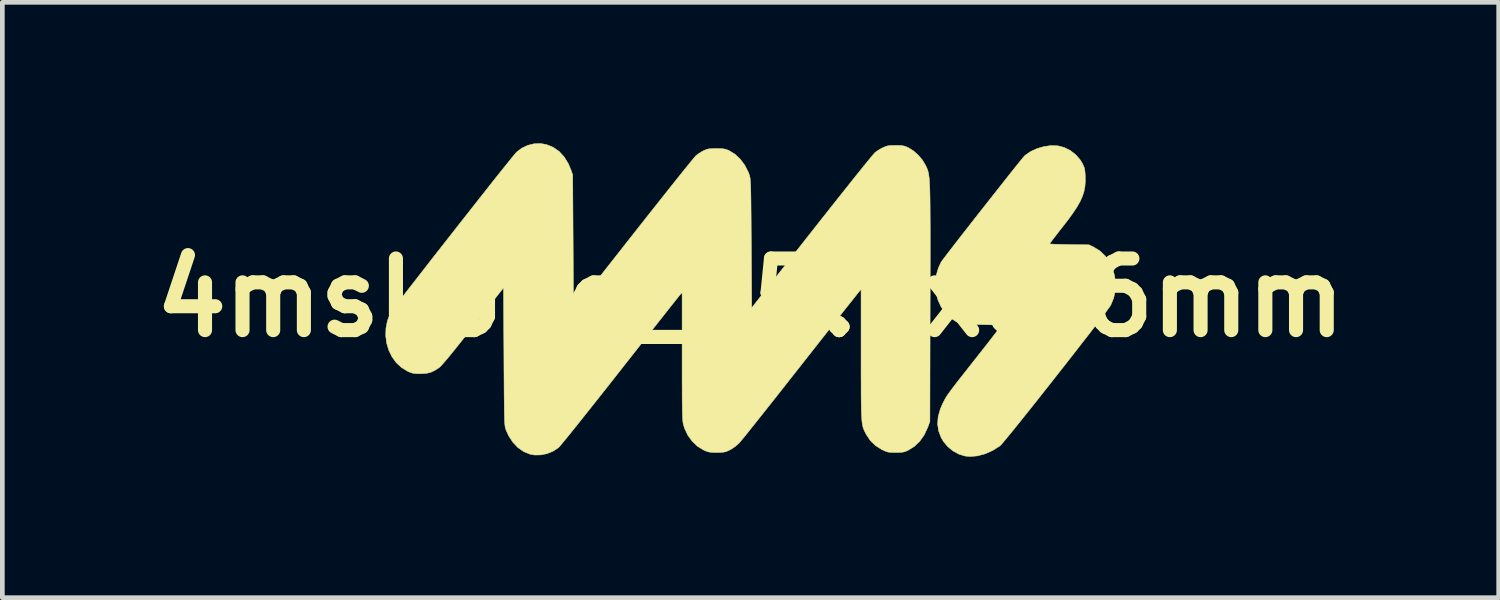
<source format=kicad_pcb>
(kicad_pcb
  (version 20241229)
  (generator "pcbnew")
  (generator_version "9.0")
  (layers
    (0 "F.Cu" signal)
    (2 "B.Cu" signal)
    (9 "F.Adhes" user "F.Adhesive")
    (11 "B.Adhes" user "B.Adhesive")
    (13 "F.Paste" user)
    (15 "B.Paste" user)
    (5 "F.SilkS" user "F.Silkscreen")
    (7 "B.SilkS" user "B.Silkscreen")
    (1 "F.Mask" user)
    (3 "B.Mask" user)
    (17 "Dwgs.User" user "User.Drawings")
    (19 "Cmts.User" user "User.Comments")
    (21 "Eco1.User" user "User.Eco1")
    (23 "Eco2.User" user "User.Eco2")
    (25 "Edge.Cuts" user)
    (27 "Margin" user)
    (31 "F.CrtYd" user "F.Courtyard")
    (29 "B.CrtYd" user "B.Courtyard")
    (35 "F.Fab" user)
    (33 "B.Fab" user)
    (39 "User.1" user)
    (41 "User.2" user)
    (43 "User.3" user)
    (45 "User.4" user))
  (footprint "4msLogo_15.5x6.6mm"
    (layer "F.Cu")
    (at 12.925 3.287)
    (property "Reference" "4msLogo_15.5x6.6mm" (at 0 0 0) (layer "F.SilkS") (effects (font (size 1.524 1.524) (thickness 0.3))))
    (attr through_hole)
    (fp_poly (pts (xy 6.543 -3.233) (xy 6.678 -3.198) (xy 6.806 -3.134) (xy 6.921 -3.045) (xy 7.016 -2.936) (xy 7.066 -2.855) (xy 7.091 -2.801) (xy 7.108 -2.754) (xy 7.117 -2.7) (xy 7.123 -2.63) (xy 7.125 -2.582) (xy 7.126 -2.467) (xy 7.117 -2.359) (xy 7.096 -2.255) (xy 7.062 -2.152) (xy 7.013 -2.044) (xy 6.947 -1.929) (xy 6.862 -1.801) (xy 6.757 -1.656) (xy 6.648 -1.516) (xy 6.574 -1.421) (xy 6.507 -1.335) (xy 6.45 -1.261) (xy 6.406 -1.203) (xy 6.377 -1.164) (xy 6.367 -1.148) (xy 6.383 -1.145) (xy 6.429 -1.141) (xy 6.499 -1.138) (xy 6.589 -1.135) (xy 6.695 -1.133) (xy 6.786 -1.131) (xy 7.206 -1.126) (xy 7.317 -1.071) (xy 7.444 -0.991) (xy 7.552 -0.886) (xy 7.64 -0.761) (xy 7.706 -0.621) (xy 7.749 -0.47) (xy 7.769 -0.312) (xy 7.763 -0.153) (xy 7.731 0.003) (xy 7.67 0.152) (xy 7.667 0.157) (xy 7.648 0.188) (xy 7.609 0.242) (xy 7.553 0.318) (xy 7.481 0.413) (xy 7.395 0.526) (xy 7.297 0.654) (xy 7.188 0.796) (xy 7.069 0.948) (xy 6.944 1.109) (xy 6.813 1.277) (xy 6.678 1.45) (xy 6.54 1.625) (xy 6.402 1.801) (xy 6.265 1.974) (xy 6.131 2.144) (xy 6.001 2.308) (xy 5.877 2.463) (xy 5.761 2.608) (xy 5.654 2.741) (xy 5.559 2.859) (xy 5.476 2.96) (xy 5.408 3.042) (xy 5.356 3.104) (xy 5.322 3.142) (xy 5.309 3.154) (xy 5.153 3.252) (xy 4.993 3.323) (xy 4.833 3.366) (xy 4.678 3.38) (xy 4.566 3.37) (xy 4.435 3.33) (xy 4.31 3.262) (xy 4.198 3.17) (xy 4.105 3.058) (xy 4.056 2.974) (xy 4.003 2.832) (xy 3.982 2.685) (xy 3.994 2.532) (xy 4.039 2.373) (xy 4.089 2.256) (xy 4.109 2.217) (xy 4.127 2.181) (xy 4.146 2.147) (xy 4.166 2.112) (xy 4.191 2.074) (xy 4.222 2.03) (xy 4.26 1.978) (xy 4.307 1.915) (xy 4.366 1.838) (xy 4.437 1.746) (xy 4.524 1.636) (xy 4.627 1.505) (xy 4.748 1.351) (xy 4.805 1.279) (xy 4.908 1.148) (xy 5.005 1.025) (xy 5.093 0.912) (xy 5.17 0.812) (xy 5.235 0.728) (xy 5.285 0.662) (xy 5.318 0.617) (xy 5.333 0.595) (xy 5.334 0.593) (xy 5.318 0.588) (xy 5.271 0.584) (xy 5.199 0.58) (xy 5.103 0.576) (xy 4.989 0.573) (xy 4.914 0.572) (xy 4.495 0.567) (xy 4.384 0.513) (xy 4.258 0.432) (xy 4.149 0.326) (xy 4.059 0.198) (xy 3.992 0.055) (xy 3.949 -0.101) (xy 3.933 -0.263) (xy 3.936 -0.342) (xy 3.958 -0.493) (xy 3.998 -0.632) (xy 4.053 -0.75) (xy 4.062 -0.765) (xy 4.082 -0.794) (xy 4.121 -0.845) (xy 4.176 -0.918) (xy 4.246 -1.009) (xy 4.329 -1.117) (xy 4.423 -1.238) (xy 4.526 -1.37) (xy 4.636 -1.511) (xy 4.751 -1.658) (xy 4.869 -1.809) (xy 4.989 -1.961) (xy 5.108 -2.112) (xy 5.225 -2.26) (xy 5.337 -2.402) (xy 5.442 -2.535) (xy 5.539 -2.658) (xy 5.626 -2.767) (xy 5.701 -2.86) (xy 5.762 -2.935) (xy 5.807 -2.99) (xy 5.834 -3.021) (xy 5.84 -3.027) (xy 5.958 -3.11) (xy 6.097 -3.174) (xy 6.248 -3.218) (xy 6.401 -3.239) (xy 6.543 -3.233)) (stroke (width 0.01) (type solid)) (fill yes) (layer "F.SilkS"))
    (fp_poly (pts (xy -4.343 -3.26) (xy -4.2 -3.202) (xy -4.075 -3.115) (xy -3.968 -2.999) (xy -3.879 -2.856) (xy -3.824 -2.726) (xy -3.785 -2.616) (xy -3.776 -1.176) (xy -3.768 0.264) (xy -2.498 -1.352) (xy -2.335 -1.558) (xy -2.178 -1.758) (xy -2.026 -1.949) (xy -1.883 -2.13) (xy -1.748 -2.3) (xy -1.624 -2.456) (xy -1.512 -2.596) (xy -1.412 -2.72) (xy -1.327 -2.825) (xy -1.258 -2.91) (xy -1.206 -2.973) (xy -1.173 -3.012) (xy -1.161 -3.025) (xy -1.106 -3.066) (xy -1.039 -3.108) (xy -1 -3.129) (xy -0.953 -3.15) (xy -0.911 -3.164) (xy -0.863 -3.171) (xy -0.799 -3.174) (xy -0.728 -3.175) (xy -0.644 -3.174) (xy -0.583 -3.17) (xy -0.535 -3.161) (xy -0.49 -3.146) (xy -0.452 -3.129) (xy -0.328 -3.053) (xy -0.217 -2.948) (xy -0.122 -2.82) (xy -0.047 -2.673) (xy -0.023 -2.608) (xy -0.018 -2.589) (xy -0.013 -2.567) (xy -0.008 -2.54) (xy -0.005 -2.505) (xy -0.001 -2.46) (xy 0.002 -2.402) (xy 0.004 -2.33) (xy 0.006 -2.241) (xy 0.008 -2.133) (xy 0.01 -2.003) (xy 0.011 -1.849) (xy 0.013 -1.668) (xy 0.014 -1.459) (xy 0.016 -1.22) (xy 0.017 -1.15) (xy 0.025 0.215) (xy 1.304 -1.41) (xy 1.467 -1.617) (xy 1.625 -1.817) (xy 1.777 -2.009) (xy 1.921 -2.191) (xy 2.057 -2.361) (xy 2.181 -2.517) (xy 2.295 -2.659) (xy 2.395 -2.783) (xy 2.481 -2.889) (xy 2.551 -2.975) (xy 2.604 -3.038) (xy 2.638 -3.078) (xy 2.651 -3.092) (xy 2.706 -3.131) (xy 2.774 -3.172) (xy 2.821 -3.196) (xy 2.872 -3.218) (xy 2.918 -3.232) (xy 2.969 -3.239) (xy 3.036 -3.242) (xy 3.09 -3.242) (xy 3.173 -3.241) (xy 3.232 -3.236) (xy 3.279 -3.226) (xy 3.325 -3.209) (xy 3.361 -3.193) (xy 3.468 -3.126) (xy 3.57 -3.036) (xy 3.659 -2.93) (xy 3.724 -2.822) (xy 3.738 -2.793) (xy 3.75 -2.767) (xy 3.761 -2.741) (xy 3.771 -2.714) (xy 3.78 -2.684) (xy 3.788 -2.649) (xy 3.795 -2.608) (xy 3.801 -2.559) (xy 3.807 -2.5) (xy 3.811 -2.43) (xy 3.815 -2.347) (xy 3.818 -2.25) (xy 3.82 -2.136) (xy 3.822 -2.004) (xy 3.823 -1.853) (xy 3.824 -1.68) (xy 3.825 -1.484) (xy 3.825 -1.264) (xy 3.825 -1.018) (xy 3.825 -0.743) (xy 3.824 -0.439) (xy 3.824 -0.104) (xy 3.823 0.103) (xy 3.818 2.633) (xy 3.774 2.756) (xy 3.698 2.919) (xy 3.602 3.056) (xy 3.485 3.167) (xy 3.356 3.246) (xy 3.307 3.269) (xy 3.263 3.283) (xy 3.214 3.29) (xy 3.149 3.293) (xy 3.089 3.294) (xy 3.01 3.293) (xy 2.952 3.289) (xy 2.906 3.28) (xy 2.859 3.262) (xy 2.8 3.235) (xy 2.79 3.23) (xy 2.658 3.146) (xy 2.548 3.039) (xy 2.46 2.905) (xy 2.454 2.892) (xy 2.436 2.858) (xy 2.421 2.826) (xy 2.408 2.796) (xy 2.396 2.763) (xy 2.387 2.726) (xy 2.379 2.683) (xy 2.372 2.631) (xy 2.367 2.567) (xy 2.362 2.49) (xy 2.359 2.397) (xy 2.357 2.286) (xy 2.355 2.154) (xy 2.354 2) (xy 2.354 1.819) (xy 2.353 1.611) (xy 2.353 1.373) (xy 2.353 1.211) (xy 2.353 -0.178) (xy 2.313 -0.132) (xy 2.297 -0.113) (xy 2.262 -0.069) (xy 2.209 -0.002) (xy 2.139 0.087) (xy 2.053 0.195) (xy 1.953 0.321) (xy 1.841 0.464) (xy 1.717 0.622) (xy 1.583 0.792) (xy 1.44 0.973) (xy 1.29 1.164) (xy 1.134 1.362) (xy 1.058 1.459) (xy 0.898 1.662) (xy 0.743 1.859) (xy 0.595 2.047) (xy 0.454 2.226) (xy 0.321 2.393) (xy 0.199 2.547) (xy 0.089 2.685) (xy -0.008 2.807) (xy -0.091 2.91) (xy -0.157 2.992) (xy -0.207 3.052) (xy -0.237 3.088) (xy -0.244 3.095) (xy -0.321 3.163) (xy -0.409 3.223) (xy -0.44 3.239) (xy -0.494 3.265) (xy -0.539 3.281) (xy -0.586 3.289) (xy -0.645 3.293) (xy -0.719 3.294) (xy -0.801 3.293) (xy -0.859 3.288) (xy -0.907 3.279) (xy -0.955 3.261) (xy -1.004 3.239) (xy -1.131 3.161) (xy -1.242 3.055) (xy -1.334 2.928) (xy -1.403 2.783) (xy -1.429 2.698) (xy -1.434 2.676) (xy -1.439 2.648) (xy -1.442 2.612) (xy -1.446 2.565) (xy -1.448 2.507) (xy -1.45 2.433) (xy -1.452 2.343) (xy -1.454 2.232) (xy -1.455 2.101) (xy -1.455 1.945) (xy -1.456 1.762) (xy -1.456 1.552) (xy -1.456 1.31) (xy -1.456 1.243) (xy -1.456 -0.109) (xy -1.496 -0.067) (xy -1.512 -0.049) (xy -1.547 -0.005) (xy -1.6 0.061) (xy -1.67 0.15) (xy -1.756 0.258) (xy -1.855 0.384) (xy -1.968 0.527) (xy -2.092 0.684) (xy -2.227 0.855) (xy -2.37 1.037) (xy -2.521 1.229) (xy -2.678 1.428) (xy -2.777 1.554) (xy -2.938 1.759) (xy -3.093 1.956) (xy -3.243 2.145) (xy -3.385 2.324) (xy -3.518 2.491) (xy -3.64 2.645) (xy -3.751 2.783) (xy -3.848 2.904) (xy -3.931 3.006) (xy -3.999 3.088) (xy -4.048 3.147) (xy -4.08 3.183) (xy -4.089 3.192) (xy -4.202 3.267) (xy -4.331 3.319) (xy -4.466 3.346) (xy -4.598 3.348) (xy -4.692 3.331) (xy -4.829 3.275) (xy -4.952 3.189) (xy -5.059 3.076) (xy -5.149 2.938) (xy -5.204 2.817) (xy -5.21 2.799) (xy -5.216 2.781) (xy -5.221 2.761) (xy -5.225 2.736) (xy -5.229 2.705) (xy -5.232 2.664) (xy -5.235 2.612) (xy -5.237 2.546) (xy -5.239 2.465) (xy -5.241 2.365) (xy -5.242 2.245) (xy -5.244 2.103) (xy -5.245 1.936) (xy -5.246 1.742) (xy -5.248 1.518) (xy -5.249 1.263) (xy -5.249 1.253) (xy -5.258 -0.211) (xy -5.904 0.61) (xy -6.061 0.809) (xy -6.198 0.981) (xy -6.316 1.128) (xy -6.414 1.249) (xy -6.495 1.345) (xy -6.557 1.416) (xy -6.601 1.464) (xy -6.627 1.487) (xy -6.719 1.547) (xy -6.802 1.586) (xy -6.887 1.608) (xy -6.989 1.616) (xy -7.027 1.617) (xy -7.107 1.616) (xy -7.165 1.611) (xy -7.213 1.6) (xy -7.264 1.581) (xy -7.304 1.562) (xy -7.433 1.483) (xy -7.543 1.38) (xy -7.632 1.256) (xy -7.7 1.117) (xy -7.745 0.967) (xy -7.765 0.81) (xy -7.76 0.65) (xy -7.729 0.491) (xy -7.67 0.339) (xy -7.656 0.313) (xy -7.64 0.289) (xy -7.604 0.24) (xy -7.55 0.168) (xy -7.48 0.076) (xy -7.395 -0.035) (xy -7.297 -0.162) (xy -7.187 -0.304) (xy -7.067 -0.458) (xy -6.939 -0.622) (xy -6.804 -0.796) (xy -6.664 -0.975) (xy -6.519 -1.16) (xy -6.373 -1.346) (xy -6.226 -1.533) (xy -6.08 -1.719) (xy -5.937 -1.901) (xy -5.798 -2.078) (xy -5.664 -2.247) (xy -5.538 -2.407) (xy -5.421 -2.555) (xy -5.314 -2.689) (xy -5.218 -2.808) (xy -5.137 -2.909) (xy -5.071 -2.991) (xy -5.021 -3.051) (xy -4.99 -3.088) (xy -4.982 -3.097) (xy -4.871 -3.182) (xy -4.744 -3.243) (xy -4.607 -3.277) (xy -4.468 -3.282) (xy -4.343 -3.26)) (stroke (width 0.01) (type solid)) (fill yes) (layer "F.SilkS")))
  (gr_rect
    (start -3 -3)
    (end 28.85 9.672)
    (stroke (width 0.1) (type default))
    (fill no)
    (layer "Edge.Cuts")))
</source>
